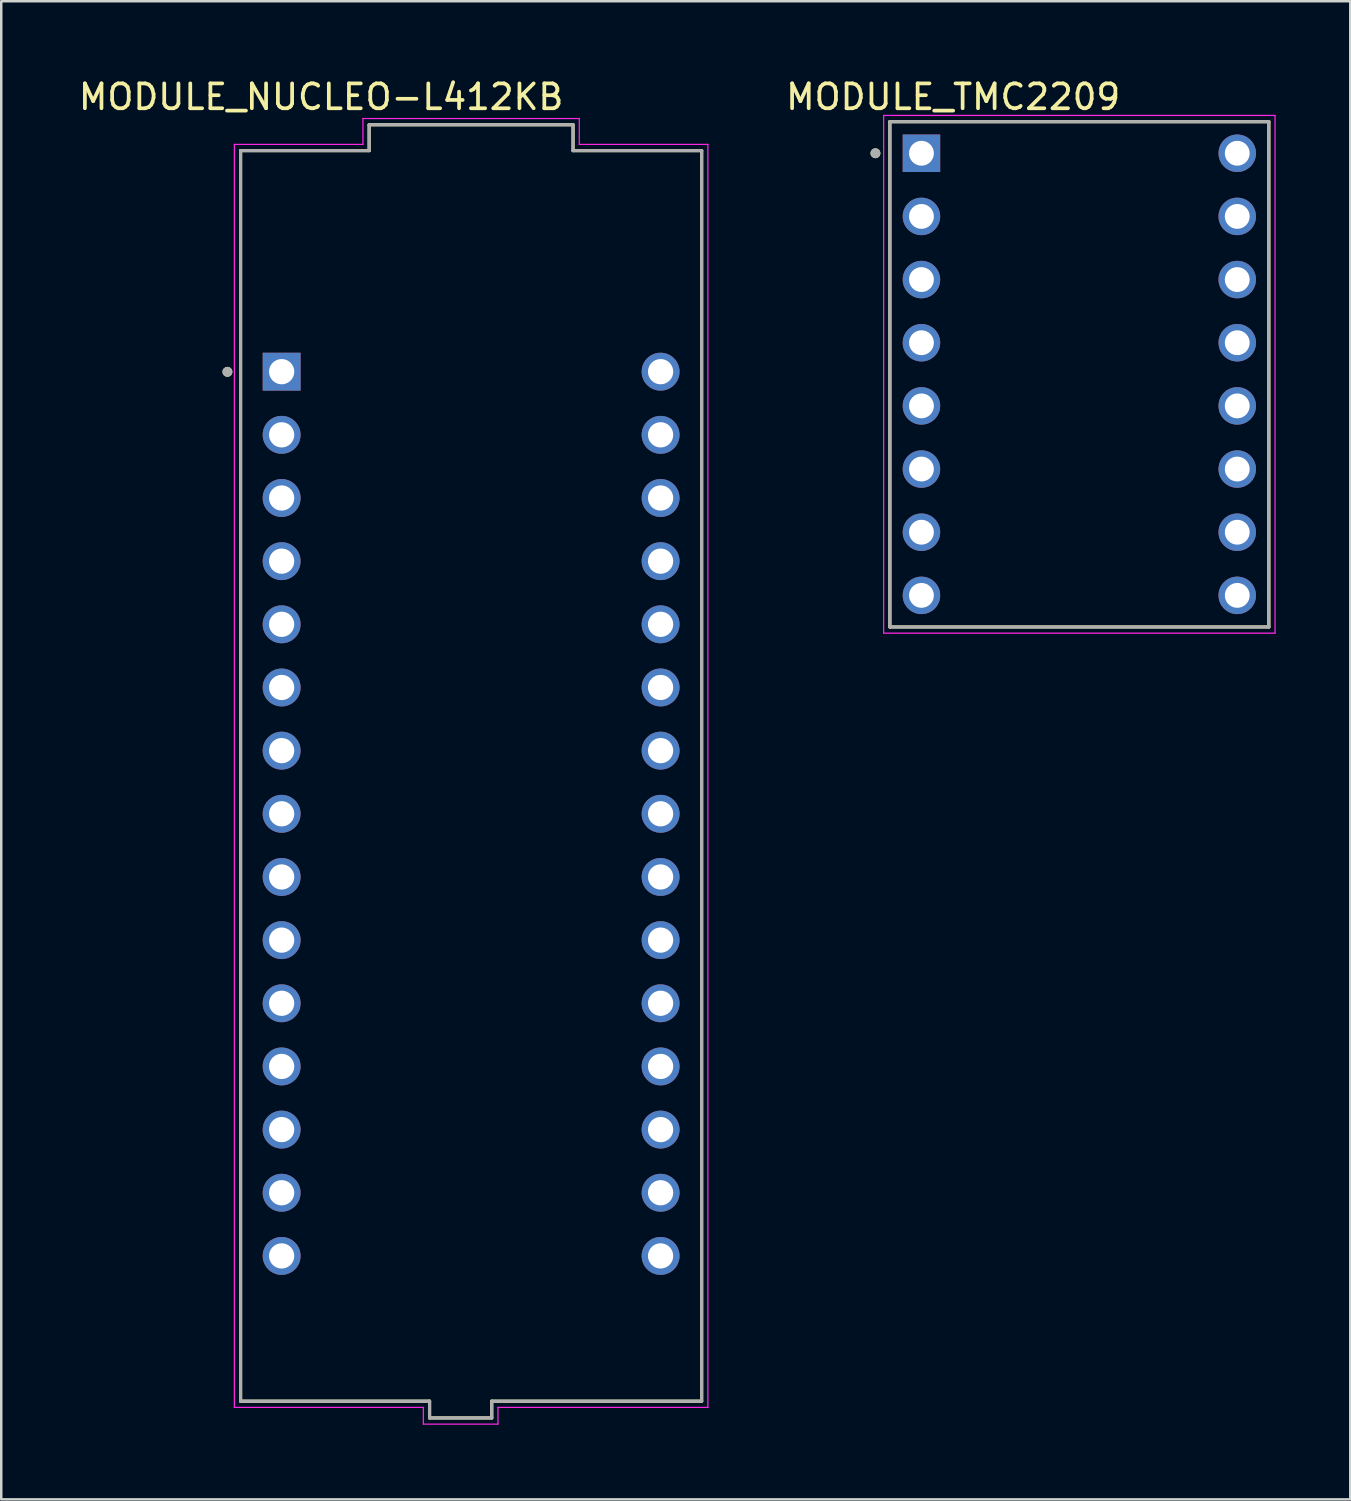
<source format=kicad_pcb>
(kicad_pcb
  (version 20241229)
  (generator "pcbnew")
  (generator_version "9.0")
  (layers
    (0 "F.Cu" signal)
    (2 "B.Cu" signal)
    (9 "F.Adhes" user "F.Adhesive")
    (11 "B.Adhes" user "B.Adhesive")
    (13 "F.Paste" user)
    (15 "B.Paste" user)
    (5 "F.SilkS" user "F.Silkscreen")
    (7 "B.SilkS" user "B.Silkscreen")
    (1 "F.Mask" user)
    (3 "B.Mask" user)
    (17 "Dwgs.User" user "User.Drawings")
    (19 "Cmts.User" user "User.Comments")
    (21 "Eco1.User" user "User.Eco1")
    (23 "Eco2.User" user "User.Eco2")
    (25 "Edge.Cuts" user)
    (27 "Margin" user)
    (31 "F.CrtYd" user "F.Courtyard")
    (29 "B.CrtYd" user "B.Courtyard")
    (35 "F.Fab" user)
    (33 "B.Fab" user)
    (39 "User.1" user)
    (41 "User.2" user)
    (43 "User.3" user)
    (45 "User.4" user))
  (footprint "MODULE_TMC2209"
    (layer "F.Cu")
    (at 40.356 12.003)
    (property "Reference" "MODULE_TMC2209" (at -5.075 -11.155 0) (layer "F.SilkS") (effects (font (size 1 1) (thickness 0.15))))
    (attr through_hole)
    (fp_line (start -7.62 -10.16) (end 7.62 -10.16) (stroke (width 0.127) (type solid)) (layer "F.SilkS"))
    (fp_line (start -7.62 10.16) (end -7.62 -10.16) (stroke (width 0.127) (type solid)) (layer "F.SilkS"))
    (fp_line (start 7.62 -10.16) (end 7.62 10.16) (stroke (width 0.127) (type solid)) (layer "F.SilkS"))
    (fp_line (start 7.62 10.16) (end -7.62 10.16) (stroke (width 0.127) (type solid)) (layer "F.SilkS"))
    (fp_circle (center -8.2 -8.89) (end -8.1 -8.89) (stroke (width 0.2) (type solid)) (fill no) (layer "F.SilkS"))
    (fp_line (start -7.87 -10.41) (end 7.87 -10.41) (stroke (width 0.05) (type solid)) (layer "F.CrtYd"))
    (fp_line (start -7.87 10.41) (end -7.87 -10.41) (stroke (width 0.05) (type solid)) (layer "F.CrtYd"))
    (fp_line (start 7.87 -10.41) (end 7.87 10.41) (stroke (width 0.05) (type solid)) (layer "F.CrtYd"))
    (fp_line (start 7.87 10.41) (end -7.87 10.41) (stroke (width 0.05) (type solid)) (layer "F.CrtYd"))
    (fp_line (start -7.62 -10.16) (end 7.62 -10.16) (stroke (width 0.127) (type solid)) (layer "F.Fab"))
    (fp_line (start -7.62 10.16) (end -7.62 -10.16) (stroke (width 0.127) (type solid)) (layer "F.Fab"))
    (fp_line (start 7.62 -10.16) (end 7.62 10.16) (stroke (width 0.127) (type solid)) (layer "F.Fab"))
    (fp_line (start 7.62 10.16) (end -7.62 10.16) (stroke (width 0.127) (type solid)) (layer "F.Fab"))
    (fp_circle (center -8.2 -8.89) (end -8.1 -8.89) (stroke (width 0.2) (type solid)) (fill no) (layer "F.Fab"))
    (pad "1" thru_hole rect (at -6.35 -8.89) (size 1.508 1.508) (drill 1) (layers "*.Cu" "*.Mask"))
    (pad "2" thru_hole circle (at -6.35 -6.35) (size 1.508 1.508) (drill 1) (layers "*.Cu" "*.Mask"))
    (pad "3" thru_hole circle (at -6.35 -3.81) (size 1.508 1.508) (drill 1) (layers "*.Cu" "*.Mask"))
    (pad "4" thru_hole circle (at -6.35 -1.27) (size 1.508 1.508) (drill 1) (layers "*.Cu" "*.Mask"))
    (pad "5" thru_hole circle (at -6.35 1.27) (size 1.508 1.508) (drill 1) (layers "*.Cu" "*.Mask"))
    (pad "6" thru_hole circle (at -6.35 3.81) (size 1.508 1.508) (drill 1) (layers "*.Cu" "*.Mask"))
    (pad "7" thru_hole circle (at -6.35 6.35) (size 1.508 1.508) (drill 1) (layers "*.Cu" "*.Mask"))
    (pad "8" thru_hole circle (at -6.35 8.89) (size 1.508 1.508) (drill 1) (layers "*.Cu" "*.Mask"))
    (pad "9" thru_hole circle (at 6.35 -8.89) (size 1.508 1.508) (drill 1) (layers "*.Cu" "*.Mask"))
    (pad "10" thru_hole circle (at 6.35 -6.35) (size 1.508 1.508) (drill 1) (layers "*.Cu" "*.Mask"))
    (pad "11" thru_hole circle (at 6.35 -3.81) (size 1.508 1.508) (drill 1) (layers "*.Cu" "*.Mask"))
    (pad "12" thru_hole circle (at 6.35 -1.27) (size 1.508 1.508) (drill 1) (layers "*.Cu" "*.Mask"))
    (pad "13" thru_hole circle (at 6.35 1.27) (size 1.508 1.508) (drill 1) (layers "*.Cu" "*.Mask"))
    (pad "14" thru_hole circle (at 6.35 3.81) (size 1.508 1.508) (drill 1) (layers "*.Cu" "*.Mask"))
    (pad "15" thru_hole circle (at 6.35 6.35) (size 1.508 1.508) (drill 1) (layers "*.Cu" "*.Mask"))
    (pad "16" thru_hole circle (at 6.35 8.89) (size 1.508 1.508) (drill 1) (layers "*.Cu" "*.Mask")))
  (footprint "MODULE_NUCLEO-L412KB"
    (layer "F.Cu")
    (at 15.896 28.153)
    (property "Reference" "MODULE_NUCLEO-L412KB" (at -6.032 -27.305 0) (layer "F.SilkS") (effects (font (size 1 1) (thickness 0.15))))
    (attr through_hole)
    (fp_line (start -9.271 -25.146) (end -4.1 -25.146) (stroke (width 0.127) (type solid)) (layer "F.SilkS"))
    (fp_line (start -9.271 25.146) (end -9.271 -25.146) (stroke (width 0.127) (type solid)) (layer "F.SilkS"))
    (fp_line (start -4.1 -26.186) (end 4.1 -26.186) (stroke (width 0.127) (type solid)) (layer "F.SilkS"))
    (fp_line (start -4.1 -25.146) (end -4.1 -26.186) (stroke (width 0.127) (type solid)) (layer "F.SilkS"))
    (fp_line (start -1.671 25.146) (end -9.271 25.146) (stroke (width 0.127) (type solid)) (layer "F.SilkS"))
    (fp_line (start -1.671 25.146) (end -1.671 25.819) (stroke (width 0.127) (type solid)) (layer "F.SilkS"))
    (fp_line (start -1.671 25.819) (end 0.829 25.819) (stroke (width 0.127) (type solid)) (layer "F.SilkS"))
    (fp_line (start 0.829 25.819) (end 0.829 25.146) (stroke (width 0.127) (type solid)) (layer "F.SilkS"))
    (fp_line (start 4.1 -26.186) (end 4.1 -25.146) (stroke (width 0.127) (type solid)) (layer "F.SilkS"))
    (fp_line (start 4.1 -25.146) (end 9.271 -25.146) (stroke (width 0.127) (type solid)) (layer "F.SilkS"))
    (fp_line (start 9.271 -25.146) (end 9.271 25.146) (stroke (width 0.127) (type solid)) (layer "F.SilkS"))
    (fp_line (start 9.271 25.146) (end 0.829 25.146) (stroke (width 0.127) (type solid)) (layer "F.SilkS"))
    (fp_circle (center -9.8 -16.25) (end -9.7 -16.25) (stroke (width 0.2) (type solid)) (fill no) (layer "F.SilkS"))
    (fp_line (start -9.521 -25.396) (end -4.35 -25.396) (stroke (width 0.05) (type solid)) (layer "F.CrtYd"))
    (fp_line (start -9.521 25.396) (end -9.521 -25.396) (stroke (width 0.05) (type solid)) (layer "F.CrtYd"))
    (fp_line (start -4.35 -26.436) (end 4.35 -26.436) (stroke (width 0.05) (type solid)) (layer "F.CrtYd"))
    (fp_line (start -4.35 -25.396) (end -4.35 -26.436) (stroke (width 0.05) (type solid)) (layer "F.CrtYd"))
    (fp_line (start -1.921 25.396) (end -9.521 25.396) (stroke (width 0.05) (type solid)) (layer "F.CrtYd"))
    (fp_line (start -1.921 25.396) (end -1.921 26.069) (stroke (width 0.05) (type solid)) (layer "F.CrtYd"))
    (fp_line (start -1.921 26.069) (end 1.079 26.069) (stroke (width 0.05) (type solid)) (layer "F.CrtYd"))
    (fp_line (start 1.079 26.069) (end 1.079 25.396) (stroke (width 0.05) (type solid)) (layer "F.CrtYd"))
    (fp_line (start 4.35 -26.436) (end 4.35 -25.396) (stroke (width 0.05) (type solid)) (layer "F.CrtYd"))
    (fp_line (start 4.35 -25.396) (end 9.521 -25.396) (stroke (width 0.05) (type solid)) (layer "F.CrtYd"))
    (fp_line (start 9.521 -25.396) (end 9.521 25.396) (stroke (width 0.05) (type solid)) (layer "F.CrtYd"))
    (fp_line (start 9.521 25.396) (end 1.079 25.396) (stroke (width 0.05) (type solid)) (layer "F.CrtYd"))
    (fp_line (start -9.271 -25.146) (end -4.1 -25.146) (stroke (width 0.127) (type solid)) (layer "F.Fab"))
    (fp_line (start -9.271 25.146) (end -9.271 -25.146) (stroke (width 0.127) (type solid)) (layer "F.Fab"))
    (fp_line (start -4.1 -26.186) (end 4.1 -26.186) (stroke (width 0.127) (type solid)) (layer "F.Fab"))
    (fp_line (start -4.1 -25.146) (end -4.1 -26.186) (stroke (width 0.127) (type solid)) (layer "F.Fab"))
    (fp_line (start -1.671 25.146) (end -9.271 25.146) (stroke (width 0.127) (type solid)) (layer "F.Fab"))
    (fp_line (start -1.671 25.146) (end -1.671 25.819) (stroke (width 0.127) (type solid)) (layer "F.Fab"))
    (fp_line (start -1.671 25.819) (end 0.829 25.819) (stroke (width 0.127) (type solid)) (layer "F.Fab"))
    (fp_line (start 0.829 25.819) (end 0.829 25.146) (stroke (width 0.127) (type solid)) (layer "F.Fab"))
    (fp_line (start 4.1 -26.186) (end 4.1 -25.146) (stroke (width 0.127) (type solid)) (layer "F.Fab"))
    (fp_line (start 4.1 -25.146) (end 9.271 -25.146) (stroke (width 0.127) (type solid)) (layer "F.Fab"))
    (fp_line (start 9.271 -25.146) (end 9.271 25.146) (stroke (width 0.127) (type solid)) (layer "F.Fab"))
    (fp_line (start 9.271 25.146) (end 0.829 25.146) (stroke (width 0.127) (type solid)) (layer "F.Fab"))
    (fp_circle (center -9.8 -16.25) (end -9.7 -16.25) (stroke (width 0.2) (type solid)) (fill no) (layer "F.Fab"))
    (pad "CN3_1" thru_hole rect (at -7.62 -16.256) (size 1.524 1.524) (drill 1.016) (layers "*.Cu" "*.Mask"))
    (pad "CN3_2" thru_hole circle (at -7.62 -13.716) (size 1.524 1.524) (drill 1.016) (layers "*.Cu" "*.Mask"))
    (pad "CN3_3" thru_hole circle (at -7.62 -11.176) (size 1.524 1.524) (drill 1.016) (layers "*.Cu" "*.Mask"))
    (pad "CN3_4" thru_hole circle (at -7.62 -8.636) (size 1.524 1.524) (drill 1.016) (layers "*.Cu" "*.Mask"))
    (pad "CN3_5" thru_hole circle (at -7.62 -6.096) (size 1.524 1.524) (drill 1.016) (layers "*.Cu" "*.Mask"))
    (pad "CN3_6" thru_hole circle (at -7.62 -3.556) (size 1.524 1.524) (drill 1.016) (layers "*.Cu" "*.Mask"))
    (pad "CN3_7" thru_hole circle (at -7.62 -1.016) (size 1.524 1.524) (drill 1.016) (layers "*.Cu" "*.Mask"))
    (pad "CN3_8" thru_hole circle (at -7.62 1.524) (size 1.524 1.524) (drill 1.016) (layers "*.Cu" "*.Mask"))
    (pad "CN3_9" thru_hole circle (at -7.62 4.064) (size 1.524 1.524) (drill 1.016) (layers "*.Cu" "*.Mask"))
    (pad "CN3_10" thru_hole circle (at -7.62 6.604) (size 1.524 1.524) (drill 1.016) (layers "*.Cu" "*.Mask"))
    (pad "CN3_11" thru_hole circle (at -7.62 9.144) (size 1.524 1.524) (drill 1.016) (layers "*.Cu" "*.Mask"))
    (pad "CN3_12" thru_hole circle (at -7.62 11.684) (size 1.524 1.524) (drill 1.016) (layers "*.Cu" "*.Mask"))
    (pad "CN3_13" thru_hole circle (at -7.62 14.224) (size 1.524 1.524) (drill 1.016) (layers "*.Cu" "*.Mask"))
    (pad "CN3_14" thru_hole circle (at -7.62 16.764) (size 1.524 1.524) (drill 1.016) (layers "*.Cu" "*.Mask"))
    (pad "CN3_15" thru_hole circle (at -7.62 19.304) (size 1.524 1.524) (drill 1.016) (layers "*.Cu" "*.Mask"))
    (pad "CN4_1" thru_hole circle (at 7.62 -16.256) (size 1.524 1.524) (drill 1.016) (layers "*.Cu" "*.Mask"))
    (pad "CN4_2" thru_hole circle (at 7.62 -13.716) (size 1.524 1.524) (drill 1.016) (layers "*.Cu" "*.Mask"))
    (pad "CN4_3" thru_hole circle (at 7.62 -11.176) (size 1.524 1.524) (drill 1.016) (layers "*.Cu" "*.Mask"))
    (pad "CN4_4" thru_hole circle (at 7.62 -8.636) (size 1.524 1.524) (drill 1.016) (layers "*.Cu" "*.Mask"))
    (pad "CN4_5" thru_hole circle (at 7.62 -6.096) (size 1.524 1.524) (drill 1.016) (layers "*.Cu" "*.Mask"))
    (pad "CN4_6" thru_hole circle (at 7.62 -3.556) (size 1.524 1.524) (drill 1.016) (layers "*.Cu" "*.Mask"))
    (pad "CN4_7" thru_hole circle (at 7.62 -1.016) (size 1.524 1.524) (drill 1.016) (layers "*.Cu" "*.Mask"))
    (pad "CN4_8" thru_hole circle (at 7.62 1.524) (size 1.524 1.524) (drill 1.016) (layers "*.Cu" "*.Mask"))
    (pad "CN4_9" thru_hole circle (at 7.62 4.064) (size 1.524 1.524) (drill 1.016) (layers "*.Cu" "*.Mask"))
    (pad "CN4_10" thru_hole circle (at 7.62 6.604) (size 1.524 1.524) (drill 1.016) (layers "*.Cu" "*.Mask"))
    (pad "CN4_11" thru_hole circle (at 7.62 9.144) (size 1.524 1.524) (drill 1.016) (layers "*.Cu" "*.Mask"))
    (pad "CN4_12" thru_hole circle (at 7.62 11.684) (size 1.524 1.524) (drill 1.016) (layers "*.Cu" "*.Mask"))
    (pad "CN4_13" thru_hole circle (at 7.62 14.224) (size 1.524 1.524) (drill 1.016) (layers "*.Cu" "*.Mask"))
    (pad "CN4_14" thru_hole circle (at 7.62 16.764) (size 1.524 1.524) (drill 1.016) (layers "*.Cu" "*.Mask"))
    (pad "CN4_15" thru_hole circle (at 7.62 19.304) (size 1.524 1.524) (drill 1.016) (layers "*.Cu" "*.Mask")))
  (gr_rect
    (start -3 -3)
    (end 51.251 57.247)
    (stroke (width 0.1) (type default))
    (fill no)
    (layer "Edge.Cuts")))
</source>
